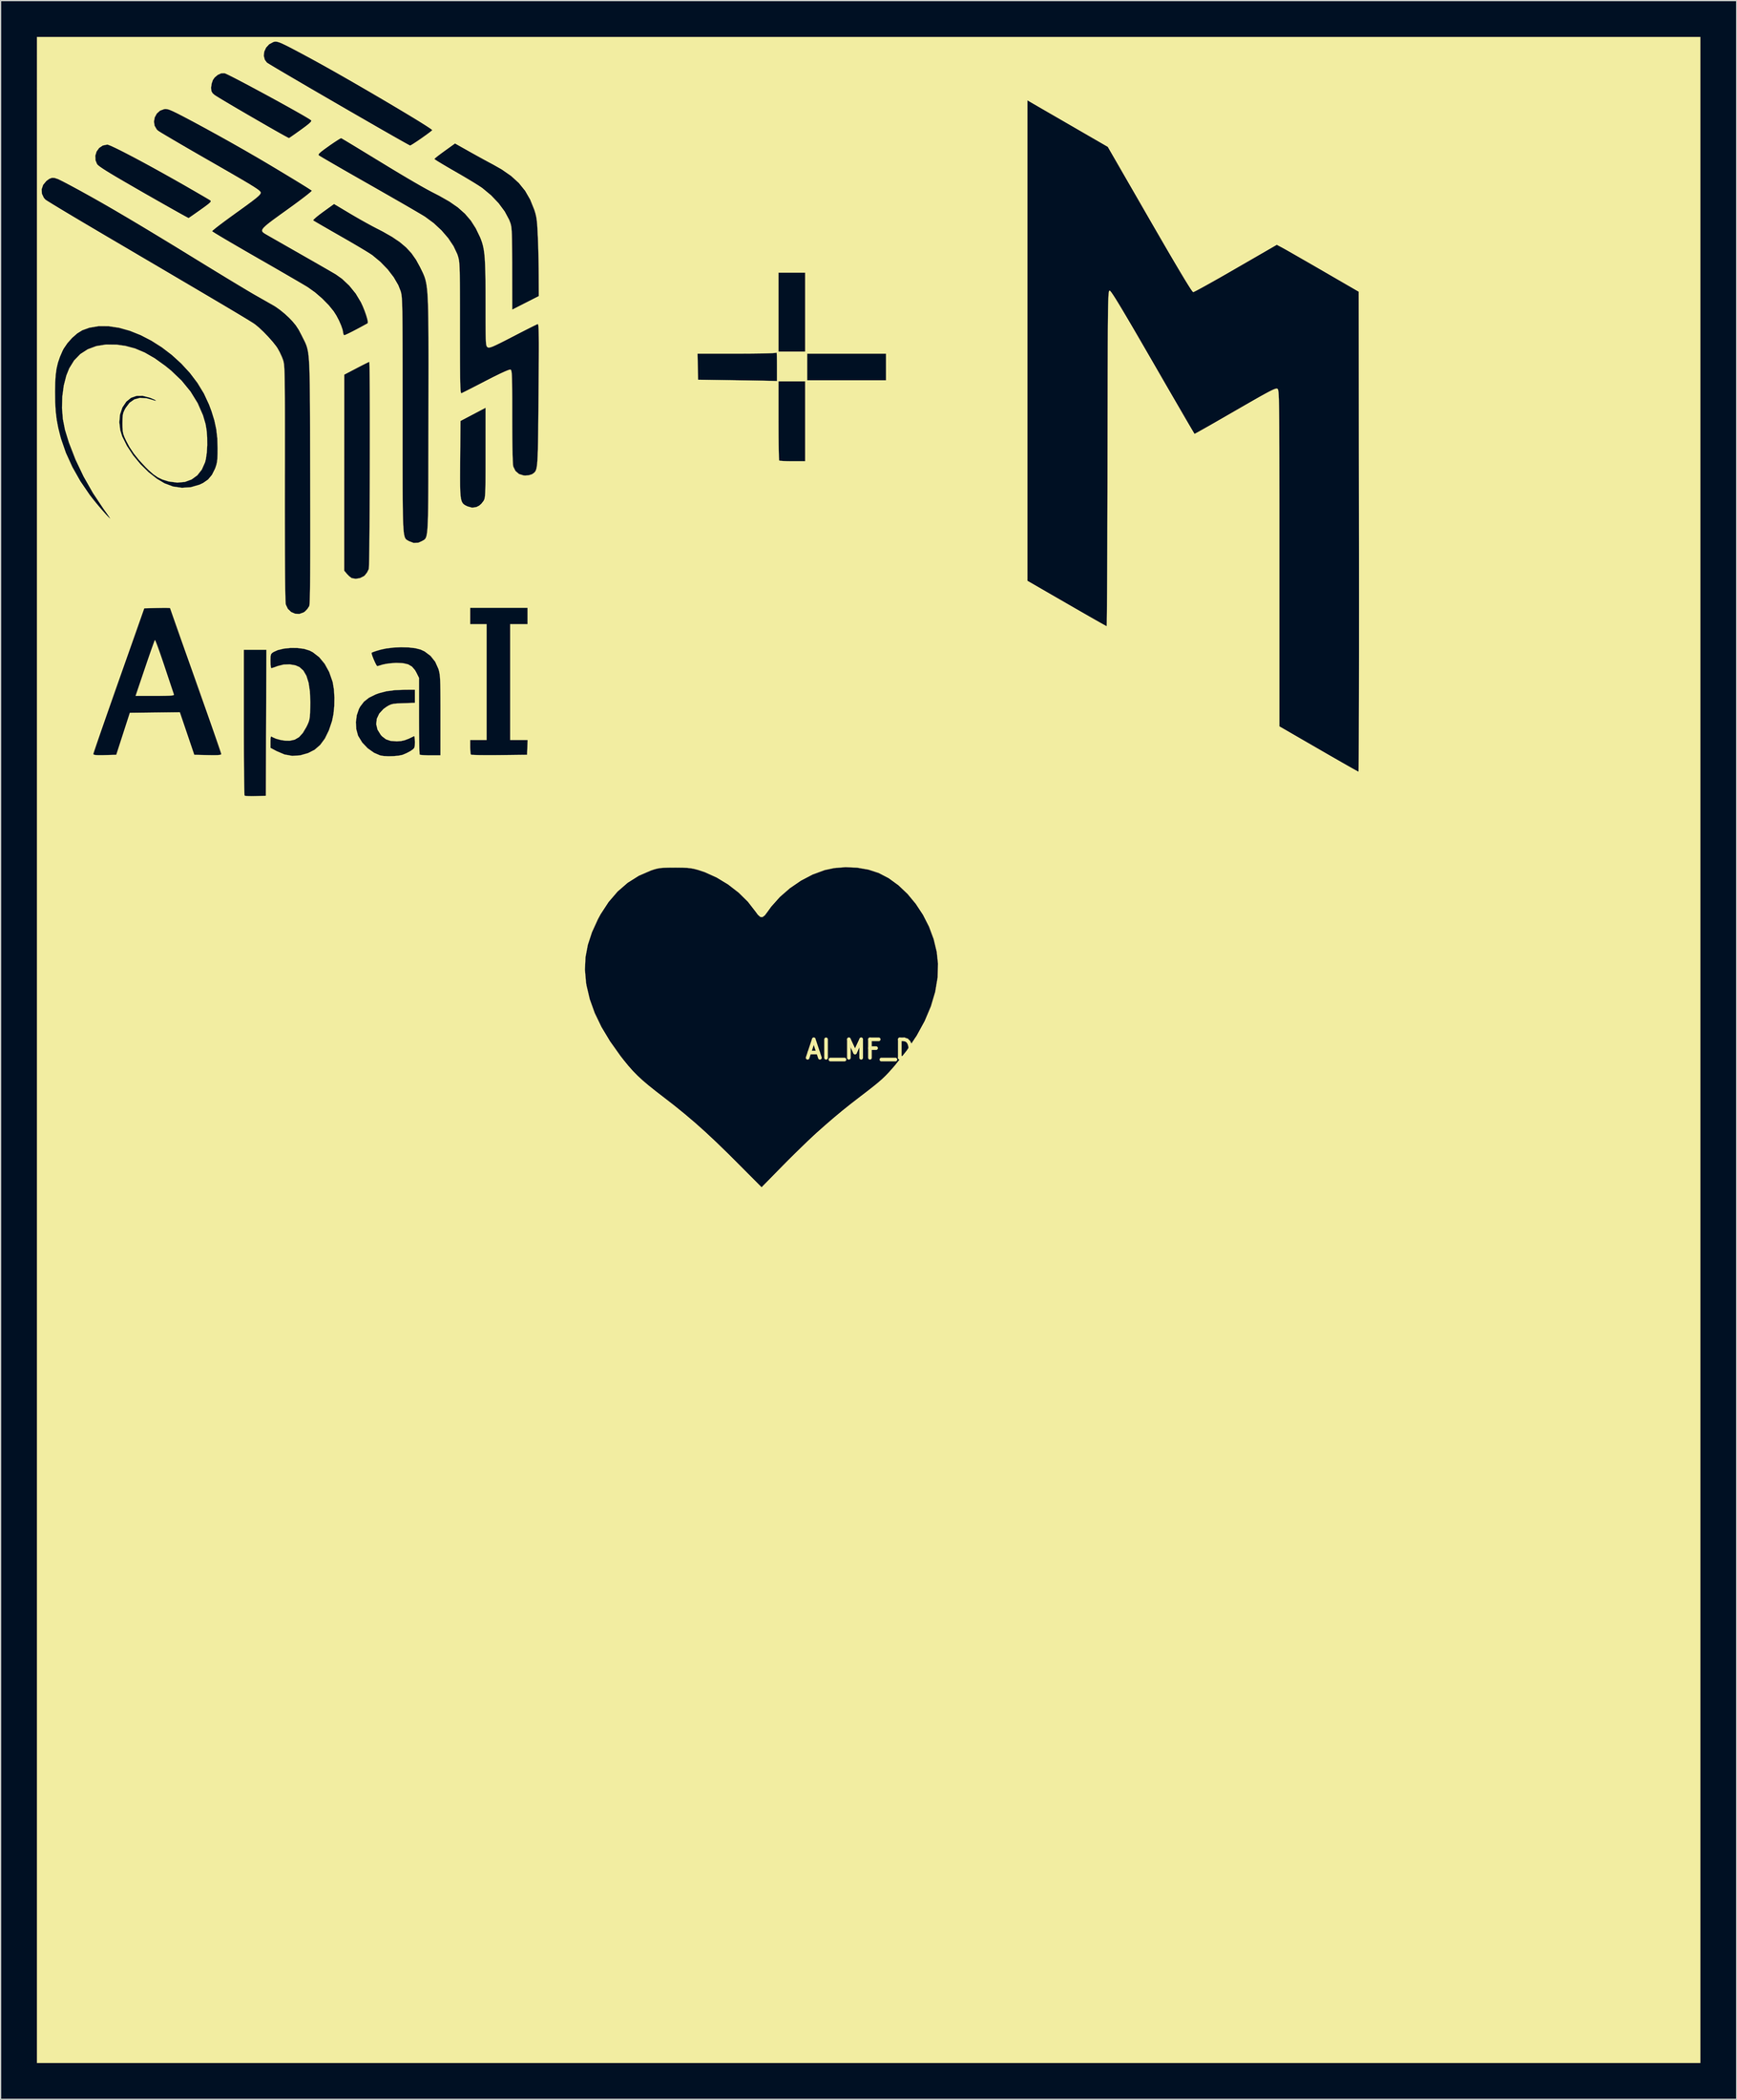
<source format=kicad_pcb>
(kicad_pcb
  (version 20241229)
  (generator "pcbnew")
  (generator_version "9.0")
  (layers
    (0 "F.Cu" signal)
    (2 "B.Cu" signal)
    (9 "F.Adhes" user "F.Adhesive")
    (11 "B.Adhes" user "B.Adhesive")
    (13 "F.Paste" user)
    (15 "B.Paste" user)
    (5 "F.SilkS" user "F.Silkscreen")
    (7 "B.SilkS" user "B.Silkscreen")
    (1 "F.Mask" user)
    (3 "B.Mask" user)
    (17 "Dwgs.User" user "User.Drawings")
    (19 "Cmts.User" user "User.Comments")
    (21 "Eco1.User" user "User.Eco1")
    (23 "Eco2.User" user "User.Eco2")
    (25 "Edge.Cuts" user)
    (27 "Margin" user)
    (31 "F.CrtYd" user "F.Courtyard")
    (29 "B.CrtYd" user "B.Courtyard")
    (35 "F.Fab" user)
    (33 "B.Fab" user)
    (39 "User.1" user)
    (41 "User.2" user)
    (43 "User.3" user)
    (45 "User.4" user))
  (footprint "AI_MF_D3"
    (layer "F.Cu")
    (at 68.754 83.656)
    (property "Reference" "AI_MF_D3" (at 0 0 0) (layer "F.SilkS") (effects (font (size 1.524 1.524) (thickness 0.3))))
    (attr through_hole)
    (fp_poly (pts (xy -58.959 -33.761) (xy -58.875 -33.557) (xy -58.753 -33.232) (xy -58.599 -32.805) (xy -58.423 -32.296) (xy -58.23 -31.726) (xy -58.205 -31.649) (xy -58.01 -31.063) (xy -57.831 -30.527) (xy -57.676 -30.063) (xy -57.552 -29.692) (xy -57.466 -29.437) (xy -57.426 -29.319) (xy -57.425 -29.316) (xy -57.447 -29.277) (xy -57.558 -29.249) (xy -57.775 -29.229) (xy -58.115 -29.217) (xy -58.596 -29.211) (xy -58.99 -29.21) (xy -60.595 -29.21) (xy -59.823 -31.49) (xy -59.623 -32.08) (xy -59.438 -32.617) (xy -59.276 -33.08) (xy -59.144 -33.449) (xy -59.051 -33.702) (xy -59.002 -33.819) (xy -58.999 -33.824) (xy -58.959 -33.761)) (stroke (width 0.01) (type solid)) (fill yes) (layer "F.SilkS"))
    (fp_poly (pts (xy 68.749 83.735) (xy -68.749 83.735) (xy -68.749 -6.589) (xy -23.454 -6.589) (xy -23.361 -5.525) (xy -23.322 -5.282) (xy -23.055 -4.151) (xy -22.646 -3.013) (xy -22.09 -1.86) (xy -21.383 -0.68) (xy -20.52 0.534) (xy -20.239 0.894) (xy -19.858 1.361) (xy -19.486 1.78) (xy -19.097 2.176) (xy -18.666 2.574) (xy -18.166 2.997) (xy -17.571 3.471) (xy -17.04 3.88) (xy -16.09 4.616) (xy -15.2 5.337) (xy -14.338 6.069) (xy -13.477 6.839) (xy -12.586 7.672) (xy -11.636 8.595) (xy -11.007 9.222) (xy -8.848 11.388) (xy -7.112 9.621) (xy -6.6 9.104) (xy -6.06 8.57) (xy -5.524 8.046) (xy -5.021 7.562) (xy -4.58 7.147) (xy -4.276 6.868) (xy -3.516 6.195) (xy -2.827 5.602) (xy -2.164 5.052) (xy -1.479 4.504) (xy -0.725 3.921) (xy -0.635 3.852) (xy -0.057 3.409) (xy 0.41 3.043) (xy 0.791 2.732) (xy 1.111 2.452) (xy 1.394 2.181) (xy 1.667 1.896) (xy 1.955 1.575) (xy 2.183 1.312) (xy 3.152 0.092) (xy 3.971 -1.131) (xy 4.637 -2.35) (xy 5.149 -3.56) (xy 5.505 -4.754) (xy 5.701 -5.927) (xy 5.737 -7.074) (xy 5.631 -8.067) (xy 5.377 -9.119) (xy 4.994 -10.144) (xy 4.496 -11.121) (xy 3.898 -12.031) (xy 3.216 -12.852) (xy 2.464 -13.566) (xy 1.656 -14.152) (xy 0.833 -14.58) (xy -0.017 -14.857) (xy -0.946 -15.019) (xy -1.908 -15.063) (xy -2.856 -14.986) (xy -3.633 -14.82) (xy -4.626 -14.455) (xy -5.596 -13.948) (xy -6.512 -13.321) (xy -7.341 -12.598) (xy -8.052 -11.801) (xy -8.356 -11.38) (xy -8.583 -11.079) (xy -8.775 -10.936) (xy -8.957 -10.952) (xy -9.154 -11.126) (xy -9.34 -11.38) (xy -9.975 -12.199) (xy -10.746 -12.958) (xy -11.619 -13.634) (xy -12.566 -14.206) (xy -13.554 -14.652) (xy -14.101 -14.833) (xy -14.402 -14.913) (xy -14.687 -14.968) (xy -14.998 -15.002) (xy -15.379 -15.02) (xy -15.872 -15.025) (xy -16.044 -15.025) (xy -16.552 -15.022) (xy -16.932 -15.01) (xy -17.226 -14.986) (xy -17.474 -14.943) (xy -17.719 -14.878) (xy -17.992 -14.787) (xy -19 -14.35) (xy -19.919 -13.772) (xy -20.751 -13.05) (xy -21.496 -12.184) (xy -22.157 -11.172) (xy -22.377 -10.766) (xy -22.871 -9.686) (xy -23.213 -8.645) (xy -23.406 -7.621) (xy -23.454 -6.589) (xy -68.749 -6.589) (xy -68.749 -24.404) (xy -64.093 -24.404) (xy -64.054 -24.355) (xy -63.921 -24.325) (xy -63.673 -24.312) (xy -63.285 -24.314) (xy -63.143 -24.318) (xy -62.192 -24.342) (xy -61.631 -26.077) (xy -61.07 -27.813) (xy -59.004 -27.835) (xy -56.938 -27.856) (xy -56.342 -26.099) (xy -55.746 -24.342) (xy -54.627 -24.318) (xy -54.151 -24.312) (xy -53.823 -24.317) (xy -53.622 -24.337) (xy -53.526 -24.371) (xy -53.51 -24.403) (xy -53.537 -24.498) (xy -53.618 -24.74) (xy -53.746 -25.117) (xy -53.918 -25.615) (xy -54.129 -26.222) (xy -54.375 -26.925) (xy -54.651 -27.712) (xy -54.954 -28.569) (xy -55.278 -29.485) (xy -55.619 -30.447) (xy -55.626 -30.468) (xy -55.967 -31.429) (xy -56.291 -32.342) (xy -56.532 -33.02) (xy -51.647 -33.02) (xy -51.647 -27.023) (xy -51.646 -26.03) (xy -51.643 -25.087) (xy -51.64 -24.207) (xy -51.635 -23.404) (xy -51.629 -22.692) (xy -51.621 -22.084) (xy -51.613 -21.595) (xy -51.604 -21.236) (xy -51.595 -21.023) (xy -51.587 -20.966) (xy -51.483 -20.944) (xy -51.248 -20.93) (xy -50.922 -20.927) (xy -50.677 -20.931) (xy -49.826 -20.955) (xy -49.805 -26.988) (xy -49.786 -32.09) (xy -49.445 -32.09) (xy -49.437 -31.797) (xy -49.415 -31.585) (xy -49.384 -31.497) (xy -49.382 -31.496) (xy -49.274 -31.524) (xy -49.06 -31.597) (xy -48.853 -31.674) (xy -48.369 -31.796) (xy -47.862 -31.816) (xy -47.388 -31.737) (xy -47.052 -31.593) (xy -46.727 -31.3) (xy -46.475 -30.869) (xy -46.295 -30.295) (xy -46.188 -29.576) (xy -46.151 -28.707) (xy -46.157 -28.289) (xy -46.172 -27.838) (xy -46.192 -27.513) (xy -46.228 -27.269) (xy -46.286 -27.062) (xy -46.377 -26.848) (xy -46.482 -26.635) (xy -46.776 -26.142) (xy -47.089 -25.801) (xy -47.446 -25.594) (xy -47.866 -25.503) (xy -47.869 -25.503) (xy -48.221 -25.51) (xy -48.616 -25.572) (xy -48.989 -25.674) (xy -49.277 -25.802) (xy -49.34 -25.845) (xy -49.4 -25.856) (xy -49.433 -25.753) (xy -49.445 -25.511) (xy -49.445 -25.422) (xy -49.445 -24.916) (xy -48.939 -24.646) (xy -48.285 -24.369) (xy -47.645 -24.254) (xy -46.991 -24.297) (xy -46.34 -24.482) (xy -45.801 -24.756) (xy -45.34 -25.153) (xy -44.948 -25.683) (xy -44.618 -26.355) (xy -44.388 -27.036) (xy -42.387 -27.036) (xy -42.354 -26.459) (xy -42.214 -25.944) (xy -42.191 -25.893) (xy -41.862 -25.355) (xy -41.412 -24.882) (xy -40.885 -24.509) (xy -40.386 -24.294) (xy -40.092 -24.243) (xy -39.697 -24.223) (xy -39.264 -24.233) (xy -38.859 -24.271) (xy -38.544 -24.335) (xy -38.513 -24.345) (xy -38.196 -24.48) (xy -37.882 -24.648) (xy -37.825 -24.685) (xy -37.649 -24.81) (xy -37.554 -24.927) (xy -37.515 -25.093) (xy -37.507 -25.363) (xy -37.507 -25.408) (xy -37.517 -25.671) (xy -37.541 -25.845) (xy -37.571 -25.89) (xy -38 -25.682) (xy -38.342 -25.551) (xy -38.648 -25.481) (xy -38.974 -25.457) (xy -39.029 -25.457) (xy -39.517 -25.494) (xy -39.898 -25.625) (xy -40.217 -25.868) (xy -40.331 -25.993) (xy -40.598 -26.424) (xy -40.705 -26.873) (xy -40.656 -27.321) (xy -40.456 -27.745) (xy -40.109 -28.125) (xy -39.841 -28.318) (xy -39.647 -28.431) (xy -39.471 -28.507) (xy -39.271 -28.554) (xy -39.002 -28.582) (xy -38.621 -28.6) (xy -38.467 -28.605) (xy -37.507 -28.636) (xy -37.507 -29.718) (xy -38.333 -29.717) (xy -39.155 -29.687) (xy -39.858 -29.594) (xy -40.484 -29.432) (xy -40.757 -29.332) (xy -41.304 -29.062) (xy -41.718 -28.736) (xy -42.033 -28.323) (xy -42.137 -28.129) (xy -42.314 -27.613) (xy -42.387 -27.036) (xy -44.388 -27.036) (xy -44.354 -27.137) (xy -44.237 -27.709) (xy -44.172 -28.373) (xy -44.159 -29.069) (xy -44.199 -29.735) (xy -44.294 -30.312) (xy -44.315 -30.395) (xy -44.591 -31.184) (xy -44.961 -31.858) (xy -45.414 -32.407) (xy -45.888 -32.775) (xy -41.088 -32.775) (xy -41.081 -32.681) (xy -41.018 -32.485) (xy -40.921 -32.237) (xy -40.81 -31.986) (xy -40.707 -31.781) (xy -40.632 -31.673) (xy -40.618 -31.666) (xy -40.533 -31.689) (xy -40.336 -31.747) (xy -40.174 -31.796) (xy -39.882 -31.858) (xy -39.496 -31.908) (xy -39.092 -31.934) (xy -39.025 -31.935) (xy -38.481 -31.912) (xy -38.065 -31.815) (xy -37.747 -31.627) (xy -37.499 -31.336) (xy -37.38 -31.125) (xy -37.169 -30.701) (xy -37.169 -27.556) (xy -37.167 -26.843) (xy -37.163 -26.183) (xy -37.156 -25.596) (xy -37.148 -25.101) (xy -37.138 -24.717) (xy -37.126 -24.462) (xy -37.113 -24.357) (xy -37.112 -24.356) (xy -37.008 -24.332) (xy -36.775 -24.313) (xy -36.451 -24.301) (xy -36.223 -24.299) (xy -35.391 -24.299) (xy -35.391 -27.592) (xy -35.391 -28.434) (xy -35.393 -29.125) (xy -35.398 -29.683) (xy -35.405 -30.128) (xy -35.417 -30.478) (xy -35.433 -30.75) (xy -35.455 -30.965) (xy -35.484 -31.14) (xy -35.52 -31.294) (xy -35.562 -31.441) (xy -35.826 -32.03) (xy -36.213 -32.518) (xy -36.706 -32.887) (xy -37.042 -33.042) (xy -37.483 -33.153) (xy -38.039 -33.216) (xy -38.662 -33.232) (xy -39.305 -33.201) (xy -39.92 -33.122) (xy -40.341 -33.03) (xy -40.662 -32.937) (xy -40.92 -32.851) (xy -41.071 -32.788) (xy -41.088 -32.775) (xy -45.888 -32.775) (xy -45.941 -32.816) (xy -46.21 -32.956) (xy -46.663 -33.096) (xy -47.204 -33.167) (xy -47.782 -33.173) (xy -48.346 -33.115) (xy -48.846 -32.994) (xy -49.186 -32.841) (xy -49.322 -32.749) (xy -49.4 -32.648) (xy -49.435 -32.491) (xy -49.445 -32.23) (xy -49.445 -32.09) (xy -49.786 -32.09) (xy -49.783 -33.02) (xy -51.647 -33.02) (xy -56.532 -33.02) (xy -56.594 -33.196) (xy -56.871 -33.977) (xy -57.117 -34.675) (xy -57.329 -35.276) (xy -57.502 -35.767) (xy -57.631 -36.137) (xy -57.713 -36.372) (xy -57.743 -36.461) (xy -57.743 -36.461) (xy -57.822 -36.473) (xy -58.039 -36.479) (xy -58.361 -36.479) (xy -58.757 -36.474) (xy -58.811 -36.473) (xy -59.879 -36.449) (xy -61.986 -30.481) (xy -62.326 -29.518) (xy -62.648 -28.599) (xy -62.95 -27.739) (xy -63.225 -26.949) (xy -63.471 -26.243) (xy -63.682 -25.633) (xy -63.854 -25.131) (xy -63.983 -24.751) (xy -64.064 -24.504) (xy -64.093 -24.404) (xy -64.093 -24.404) (xy -68.749 -24.404) (xy -68.749 -54.314) (xy -67.256 -54.314) (xy -67.245 -53.457) (xy -67.201 -52.715) (xy -67.12 -52.036) (xy -66.994 -51.365) (xy -66.816 -50.652) (xy -66.757 -50.442) (xy -66.359 -49.29) (xy -65.822 -48.114) (xy -65.164 -46.95) (xy -64.403 -45.834) (xy -64.389 -45.815) (xy -64.147 -45.502) (xy -63.871 -45.159) (xy -63.58 -44.812) (xy -63.299 -44.484) (xy -63.047 -44.202) (xy -62.846 -43.989) (xy -62.72 -43.872) (xy -62.691 -43.857) (xy -62.725 -43.921) (xy -62.841 -44.095) (xy -63.021 -44.353) (xy -63.246 -44.668) (xy -63.251 -44.674) (xy -64.116 -45.97) (xy -64.893 -47.338) (xy -65.562 -48.742) (xy -66.107 -50.144) (xy -66.43 -51.196) (xy -66.604 -52.075) (xy -66.678 -53.003) (xy -66.652 -53.941) (xy -66.532 -54.846) (xy -66.318 -55.68) (xy -66.08 -56.272) (xy -65.676 -56.926) (xy -65.164 -57.452) (xy -64.55 -57.848) (xy -63.841 -58.112) (xy -63.043 -58.24) (xy -62.162 -58.23) (xy -61.437 -58.128) (xy -60.641 -57.915) (xy -59.837 -57.575) (xy -59.01 -57.099) (xy -58.145 -56.479) (xy -57.658 -56.083) (xy -56.791 -55.256) (xy -56.057 -54.356) (xy -55.465 -53.397) (xy -55.025 -52.395) (xy -54.813 -51.675) (xy -54.725 -51.157) (xy -54.679 -50.556) (xy -54.674 -49.925) (xy -54.709 -49.319) (xy -54.784 -48.789) (xy -54.854 -48.51) (xy -55.121 -47.909) (xy -55.495 -47.434) (xy -55.965 -47.093) (xy -56.519 -46.889) (xy -57.147 -46.831) (xy -57.836 -46.922) (xy -57.91 -46.941) (xy -58.363 -47.081) (xy -58.756 -47.267) (xy -59.133 -47.527) (xy -59.538 -47.886) (xy -59.762 -48.109) (xy -60.312 -48.702) (xy -60.748 -49.245) (xy -61.1 -49.777) (xy -61.374 -50.292) (xy -61.52 -50.607) (xy -61.61 -50.856) (xy -61.658 -51.101) (xy -61.677 -51.403) (xy -61.68 -51.731) (xy -61.675 -52.121) (xy -61.655 -52.395) (xy -61.607 -52.606) (xy -61.52 -52.809) (xy -61.417 -52.999) (xy -61.093 -53.43) (xy -60.698 -53.707) (xy -60.233 -53.831) (xy -59.698 -53.8) (xy -59.292 -53.69) (xy -59.027 -53.608) (xy -58.908 -53.591) (xy -58.924 -53.626) (xy -59.07 -53.706) (xy -59.336 -53.819) (xy -59.416 -53.85) (xy -59.999 -54.002) (xy -60.521 -53.998) (xy -60.976 -53.838) (xy -61.362 -53.525) (xy -61.676 -53.06) (xy -61.694 -53.023) (xy -61.886 -52.451) (xy -61.944 -51.818) (xy -61.867 -51.166) (xy -61.705 -50.649) (xy -61.312 -49.861) (xy -60.799 -49.084) (xy -60.194 -48.351) (xy -59.526 -47.692) (xy -58.824 -47.141) (xy -58.202 -46.771) (xy -57.499 -46.509) (xy -56.764 -46.404) (xy -56.026 -46.454) (xy -55.315 -46.659) (xy -55.012 -46.802) (xy -54.603 -47.087) (xy -54.283 -47.47) (xy -54.027 -47.983) (xy -53.992 -48.075) (xy -53.915 -48.309) (xy -53.863 -48.549) (xy -53.833 -48.838) (xy -53.818 -49.216) (xy -53.815 -49.699) (xy -53.841 -50.508) (xy -53.926 -51.243) (xy -54.08 -51.961) (xy -54.314 -52.72) (xy -54.521 -53.278) (xy -54.947 -54.196) (xy -55.482 -55.073) (xy -56.112 -55.903) (xy -56.823 -56.675) (xy -57.6 -57.381) (xy -58.428 -58.013) (xy -59.292 -58.562) (xy -60.178 -59.019) (xy -61.071 -59.376) (xy -61.956 -59.624) (xy -62.819 -59.755) (xy -63.646 -59.76) (xy -64.42 -59.63) (xy -65.001 -59.42) (xy -65.416 -59.164) (xy -65.841 -58.794) (xy -66.231 -58.357) (xy -66.543 -57.9) (xy -66.633 -57.726) (xy -66.851 -57.223) (xy -67.014 -56.748) (xy -67.129 -56.262) (xy -67.203 -55.727) (xy -67.243 -55.103) (xy -67.256 -54.351) (xy -67.256 -54.314) (xy -68.749 -54.314) (xy -68.749 -71.074) (xy -68.36 -71.074) (xy -68.342 -70.702) (xy -68.181 -70.359) (xy -68.048 -70.211) (xy -67.944 -70.14) (xy -67.707 -69.991) (xy -67.349 -69.771) (xy -66.882 -69.488) (xy -66.32 -69.151) (xy -65.675 -68.766) (xy -64.961 -68.341) (xy -64.188 -67.884) (xy -63.371 -67.403) (xy -63.034 -67.204) (xy -61.453 -66.275) (xy -60.011 -65.427) (xy -58.702 -64.658) (xy -57.52 -63.962) (xy -56.459 -63.337) (xy -55.512 -62.779) (xy -54.672 -62.284) (xy -53.934 -61.848) (xy -53.29 -61.467) (xy -52.735 -61.137) (xy -52.262 -60.855) (xy -51.865 -60.617) (xy -51.537 -60.42) (xy -51.272 -60.258) (xy -51.064 -60.129) (xy -50.905 -60.029) (xy -50.791 -59.953) (xy -50.715 -59.901) (xy -50.388 -59.63) (xy -50.009 -59.272) (xy -49.62 -58.868) (xy -49.261 -58.462) (xy -48.974 -58.098) (xy -48.871 -57.947) (xy -48.684 -57.611) (xy -48.505 -57.224) (xy -48.424 -57.016) (xy -48.398 -56.937) (xy -48.374 -56.855) (xy -48.352 -56.761) (xy -48.334 -56.645) (xy -48.318 -56.498) (xy -48.304 -56.309) (xy -48.292 -56.07) (xy -48.282 -55.771) (xy -48.274 -55.401) (xy -48.268 -54.952) (xy -48.263 -54.415) (xy -48.259 -53.778) (xy -48.257 -53.033) (xy -48.256 -52.17) (xy -48.255 -51.18) (xy -48.256 -50.053) (xy -48.256 -48.779) (xy -48.258 -47.348) (xy -48.258 -46.8) (xy -48.259 -45.076) (xy -48.258 -43.519) (xy -48.256 -42.128) (xy -48.252 -40.901) (xy -48.246 -39.836) (xy -48.239 -38.931) (xy -48.23 -38.185) (xy -48.219 -37.595) (xy -48.207 -37.161) (xy -48.192 -36.88) (xy -48.177 -36.752) (xy -48.007 -36.397) (xy -47.738 -36.141) (xy -47.407 -35.999) (xy -47.05 -35.983) (xy -46.706 -36.106) (xy -46.584 -36.193) (xy -46.388 -36.399) (xy -46.329 -36.491) (xy -32.935 -36.491) (xy -32.935 -35.137) (xy -31.581 -35.137) (xy -31.581 -25.569) (xy -32.935 -25.569) (xy -32.935 -24.991) (xy -32.927 -24.692) (xy -32.907 -24.463) (xy -32.878 -24.355) (xy -32.878 -24.354) (xy -32.781 -24.34) (xy -32.537 -24.329) (xy -32.17 -24.32) (xy -31.7 -24.316) (xy -31.151 -24.315) (xy -30.546 -24.319) (xy -30.528 -24.319) (xy -28.236 -24.342) (xy -28.211 -24.956) (xy -28.187 -25.569) (xy -29.633 -25.569) (xy -29.633 -35.137) (xy -28.194 -35.137) (xy -28.194 -36.491) (xy -32.935 -36.491) (xy -46.329 -36.491) (xy -46.245 -36.621) (xy -46.237 -36.64) (xy -46.221 -36.724) (xy -46.207 -36.902) (xy -46.195 -37.178) (xy -46.185 -37.56) (xy -46.176 -38.054) (xy -46.169 -38.666) (xy -46.169 -38.721) (xy 13.123 -38.721) (xy 16.376 -36.844) (xy 17.052 -36.454) (xy 17.684 -36.092) (xy 18.254 -35.765) (xy 18.749 -35.483) (xy 19.154 -35.254) (xy 19.453 -35.087) (xy 19.632 -34.989) (xy 19.677 -34.967) (xy 19.683 -35.051) (xy 19.689 -35.294) (xy 19.694 -35.689) (xy 19.7 -36.228) (xy 19.705 -36.899) (xy 19.711 -37.696) (xy 19.716 -38.61) (xy 19.721 -39.63) (xy 19.726 -40.749) (xy 19.731 -41.958) (xy 19.735 -43.247) (xy 19.739 -44.608) (xy 19.743 -46.032) (xy 19.746 -47.511) (xy 19.748 -48.831) (xy 19.751 -50.626) (xy 19.754 -52.259) (xy 19.757 -53.737) (xy 19.759 -55.069) (xy 19.762 -56.263) (xy 19.766 -57.325) (xy 19.769 -58.263) (xy 19.774 -59.086) (xy 19.778 -59.8) (xy 19.784 -60.413) (xy 19.79 -60.934) (xy 19.797 -61.369) (xy 19.805 -61.726) (xy 19.815 -62.013) (xy 19.825 -62.237) (xy 19.837 -62.406) (xy 19.85 -62.528) (xy 19.864 -62.61) (xy 19.88 -62.661) (xy 19.898 -62.686) (xy 19.917 -62.695) (xy 19.925 -62.696) (xy 19.977 -62.658) (xy 20.071 -62.54) (xy 20.212 -62.335) (xy 20.404 -62.037) (xy 20.65 -61.638) (xy 20.956 -61.132) (xy 21.324 -60.512) (xy 21.759 -59.772) (xy 22.265 -58.904) (xy 22.847 -57.902) (xy 23.493 -56.785) (xy 24.023 -55.867) (xy 24.528 -54.993) (xy 25.003 -54.173) (xy 25.441 -53.418) (xy 25.835 -52.74) (xy 26.179 -52.148) (xy 26.467 -51.654) (xy 26.693 -51.27) (xy 26.849 -51.006) (xy 26.93 -50.872) (xy 26.94 -50.858) (xy 27.018 -50.896) (xy 27.228 -51.01) (xy 27.554 -51.193) (xy 27.983 -51.435) (xy 28.5 -51.729) (xy 29.089 -52.067) (xy 29.736 -52.439) (xy 30.301 -52.765) (xy 31.097 -53.224) (xy 31.759 -53.603) (xy 32.301 -53.911) (xy 32.736 -54.152) (xy 33.075 -54.334) (xy 33.331 -54.463) (xy 33.518 -54.546) (xy 33.648 -54.59) (xy 33.734 -54.601) (xy 33.788 -54.586) (xy 33.789 -54.586) (xy 33.81 -54.569) (xy 33.829 -54.543) (xy 33.847 -54.498) (xy 33.862 -54.428) (xy 33.876 -54.324) (xy 33.888 -54.18) (xy 33.899 -53.986) (xy 33.909 -53.736) (xy 33.917 -53.423) (xy 33.925 -53.037) (xy 33.931 -52.572) (xy 33.936 -52.019) (xy 33.94 -51.372) (xy 33.943 -50.623) (xy 33.946 -49.763) (xy 33.948 -48.785) (xy 33.949 -47.682) (xy 33.95 -46.445) (xy 33.951 -45.068) (xy 33.951 -43.542) (xy 33.951 -41.859) (xy 33.951 -40.59) (xy 33.951 -26.695) (xy 37.19 -24.823) (xy 37.865 -24.433) (xy 38.496 -24.071) (xy 39.067 -23.744) (xy 39.562 -23.462) (xy 39.967 -23.233) (xy 40.267 -23.066) (xy 40.446 -22.969) (xy 40.492 -22.948) (xy 40.498 -23.031) (xy 40.503 -23.276) (xy 40.508 -23.676) (xy 40.513 -24.222) (xy 40.517 -24.909) (xy 40.521 -25.727) (xy 40.525 -26.671) (xy 40.528 -27.732) (xy 40.531 -28.903) (xy 40.533 -30.177) (xy 40.535 -31.547) (xy 40.537 -33.004) (xy 40.537 -34.541) (xy 40.538 -36.152) (xy 40.538 -37.828) (xy 40.537 -39.563) (xy 40.536 -41.348) (xy 40.534 -42.775) (xy 40.513 -62.605) (xy 37.55 -64.321) (xy 36.887 -64.704) (xy 36.254 -65.069) (xy 35.67 -65.404) (xy 35.154 -65.7) (xy 34.724 -65.945) (xy 34.398 -66.13) (xy 34.195 -66.242) (xy 34.163 -66.259) (xy 33.74 -66.482) (xy 30.353 -64.526) (xy 29.659 -64.126) (xy 29.007 -63.754) (xy 28.412 -63.418) (xy 27.889 -63.126) (xy 27.454 -62.887) (xy 27.122 -62.709) (xy 26.908 -62.6) (xy 26.829 -62.569) (xy 26.762 -62.636) (xy 26.619 -62.839) (xy 26.402 -63.18) (xy 26.107 -63.659) (xy 25.735 -64.278) (xy 25.284 -65.039) (xy 24.754 -65.943) (xy 24.144 -66.992) (xy 23.452 -68.187) (xy 23.231 -68.571) (xy 19.77 -74.574) (xy 16.722 -76.336) (xy 16.056 -76.721) (xy 15.428 -77.084) (xy 14.853 -77.416) (xy 14.35 -77.707) (xy 13.934 -77.948) (xy 13.624 -78.127) (xy 13.437 -78.236) (xy 13.399 -78.258) (xy 13.123 -78.418) (xy 13.123 -38.721) (xy -46.169 -38.721) (xy -46.164 -39.402) (xy -46.163 -39.552) (xy -43.349 -39.552) (xy -43.123 -39.284) (xy -42.935 -39.092) (xy -42.755 -38.956) (xy -42.721 -38.94) (xy -42.401 -38.883) (xy -42.045 -38.942) (xy -41.726 -39.101) (xy -41.646 -39.168) (xy -41.459 -39.406) (xy -41.326 -39.675) (xy -41.317 -39.704) (xy -41.307 -39.823) (xy -41.297 -40.095) (xy -41.287 -40.506) (xy -41.279 -41.041) (xy -41.27 -41.688) (xy -41.263 -42.431) (xy -41.256 -43.259) (xy -41.25 -44.157) (xy -41.245 -45.11) (xy -41.24 -46.106) (xy -41.236 -47.131) (xy -41.233 -48.17) (xy -41.231 -49.211) (xy -41.23 -50.239) (xy -41.23 -51.24) (xy -41.23 -52.202) (xy -41.232 -53.109) (xy -41.235 -53.949) (xy -41.239 -54.708) (xy -41.244 -55.371) (xy -41.25 -55.926) (xy -41.257 -56.358) (xy -41.265 -56.653) (xy -41.275 -56.798) (xy -41.279 -56.811) (xy -41.367 -56.774) (xy -41.575 -56.672) (xy -41.876 -56.52) (xy -42.239 -56.333) (xy -42.335 -56.282) (xy -43.346 -55.753) (xy -43.348 -47.653) (xy -43.349 -39.552) (xy -46.163 -39.552) (xy -46.16 -40.269) (xy -46.158 -41.273) (xy -46.157 -42.42) (xy -46.158 -43.717) (xy -46.16 -45.169) (xy -46.163 -46.784) (xy -46.163 -47.034) (xy -46.167 -48.587) (xy -46.17 -49.98) (xy -46.173 -51.224) (xy -46.176 -52.327) (xy -46.181 -53.299) (xy -46.187 -54.151) (xy -46.195 -54.891) (xy -46.207 -55.53) (xy -46.222 -56.077) (xy -46.24 -56.542) (xy -46.264 -56.935) (xy -46.292 -57.265) (xy -46.326 -57.542) (xy -46.367 -57.776) (xy -46.415 -57.976) (xy -46.47 -58.152) (xy -46.533 -58.314) (xy -46.604 -58.471) (xy -46.685 -58.634) (xy -46.776 -58.811) (xy -46.876 -59.013) (xy -47.115 -59.467) (xy -47.355 -59.833) (xy -47.645 -60.181) (xy -47.913 -60.459) (xy -48.273 -60.791) (xy -48.667 -61.111) (xy -49.035 -61.371) (xy -49.149 -61.441) (xy -49.457 -61.617) (xy -49.861 -61.847) (xy -50.308 -62.101) (xy -50.747 -62.35) (xy -50.758 -62.356) (xy -51.026 -62.512) (xy -51.42 -62.745) (xy -51.923 -63.047) (xy -52.517 -63.405) (xy -53.185 -63.81) (xy -53.909 -64.25) (xy -54.671 -64.715) (xy -55.453 -65.195) (xy -55.795 -65.405) (xy -57.33 -66.346) (xy -58.735 -67.2) (xy -60.023 -67.976) (xy -61.205 -68.681) (xy -62.294 -69.321) (xy -63.302 -69.903) (xy -64.241 -70.435) (xy -65.122 -70.923) (xy -65.959 -71.375) (xy -66.603 -71.714) (xy -66.996 -71.906) (xy -67.289 -72.005) (xy -67.522 -72.012) (xy -67.736 -71.929) (xy -67.97 -71.756) (xy -67.975 -71.752) (xy -68.237 -71.437) (xy -68.36 -71.074) (xy -68.749 -71.074) (xy -68.749 -73.838) (xy -63.928 -73.838) (xy -63.911 -73.463) (xy -63.784 -73.15) (xy -63.712 -73.068) (xy -63.573 -72.955) (xy -63.356 -72.803) (xy -63.051 -72.605) (xy -62.647 -72.357) (xy -62.135 -72.051) (xy -61.504 -71.682) (xy -60.744 -71.243) (xy -59.944 -70.783) (xy -59.222 -70.371) (xy -58.546 -69.986) (xy -57.928 -69.636) (xy -57.384 -69.33) (xy -56.926 -69.074) (xy -56.571 -68.878) (xy -56.33 -68.748) (xy -56.22 -68.693) (xy -56.214 -68.691) (xy -56.132 -68.743) (xy -55.938 -68.876) (xy -55.66 -69.07) (xy -55.323 -69.307) (xy -55.222 -69.378) (xy -54.846 -69.648) (xy -54.592 -69.84) (xy -54.442 -69.971) (xy -54.38 -70.058) (xy -54.388 -70.118) (xy -54.432 -70.159) (xy -54.545 -70.228) (xy -54.784 -70.37) (xy -55.128 -70.571) (xy -55.557 -70.82) (xy -56.05 -71.103) (xy -56.585 -71.411) (xy -56.592 -71.415) (xy -57.461 -71.908) (xy -58.311 -72.385) (xy -59.131 -72.838) (xy -59.906 -73.26) (xy -60.623 -73.644) (xy -61.269 -73.983) (xy -61.829 -74.27) (xy -62.292 -74.497) (xy -62.643 -74.659) (xy -62.868 -74.746) (xy -62.937 -74.761) (xy -63.307 -74.686) (xy -63.608 -74.484) (xy -63.821 -74.19) (xy -63.928 -73.838) (xy -68.749 -73.838) (xy -68.749 -76.664) (xy -59.078 -76.664) (xy -59.027 -76.318) (xy -58.849 -76.011) (xy -58.734 -75.903) (xy -58.611 -75.822) (xy -58.355 -75.665) (xy -57.98 -75.442) (xy -57.502 -75.159) (xy -56.934 -74.827) (xy -56.291 -74.453) (xy -55.586 -74.046) (xy -54.836 -73.614) (xy -54.356 -73.339) (xy -53.467 -72.829) (xy -52.714 -72.396) (xy -52.087 -72.032) (xy -51.574 -71.731) (xy -51.164 -71.486) (xy -50.846 -71.289) (xy -50.609 -71.135) (xy -50.442 -71.016) (xy -50.334 -70.925) (xy -50.274 -70.855) (xy -50.251 -70.8) (xy -50.25 -70.783) (xy -50.27 -70.708) (xy -50.338 -70.611) (xy -50.47 -70.481) (xy -50.677 -70.306) (xy -50.975 -70.075) (xy -51.376 -69.777) (xy -51.895 -69.401) (xy -52.273 -69.131) (xy -52.784 -68.761) (xy -53.247 -68.421) (xy -53.643 -68.124) (xy -53.956 -67.881) (xy -54.169 -67.706) (xy -54.265 -67.613) (xy -54.269 -67.602) (xy -54.193 -67.546) (xy -53.983 -67.413) (xy -53.654 -67.214) (xy -53.221 -66.956) (xy -52.697 -66.648) (xy -52.096 -66.298) (xy -51.433 -65.914) (xy -50.722 -65.505) (xy -50.595 -65.432) (xy -49.854 -65.007) (xy -49.139 -64.596) (xy -48.468 -64.208) (xy -47.858 -63.855) (xy -47.326 -63.546) (xy -46.89 -63.29) (xy -46.565 -63.098) (xy -46.369 -62.98) (xy -46.365 -62.977) (xy -45.765 -62.55) (xy -45.166 -62.034) (xy -44.623 -61.479) (xy -44.221 -60.982) (xy -43.996 -60.628) (xy -43.785 -60.226) (xy -43.608 -59.821) (xy -43.484 -59.461) (xy -43.434 -59.191) (xy -43.434 -59.178) (xy -43.393 -59.043) (xy -43.337 -59.013) (xy -43.228 -59.051) (xy -43.003 -59.154) (xy -42.696 -59.306) (xy -42.342 -59.491) (xy -41.991 -59.678) (xy -41.699 -59.837) (xy -41.495 -59.949) (xy -41.41 -59.998) (xy -41.41 -59.998) (xy -41.395 -60.11) (xy -41.439 -60.342) (xy -41.531 -60.657) (xy -41.66 -61.023) (xy -41.814 -61.404) (xy -41.97 -61.738) (xy -42.396 -62.448) (xy -42.929 -63.107) (xy -43.53 -63.673) (xy -44.041 -64.035) (xy -44.245 -64.155) (xy -44.574 -64.346) (xy -45.006 -64.595) (xy -45.519 -64.89) (xy -46.091 -65.218) (xy -46.699 -65.565) (xy -47.075 -65.779) (xy -47.679 -66.123) (xy -48.247 -66.447) (xy -48.758 -66.739) (xy -49.194 -66.988) (xy -49.535 -67.183) (xy -49.762 -67.313) (xy -49.841 -67.359) (xy -49.992 -67.453) (xy -50.094 -67.541) (xy -50.14 -67.635) (xy -50.117 -67.747) (xy -50.016 -67.888) (xy -49.826 -68.07) (xy -49.538 -68.305) (xy -49.272 -68.505) (xy -45.92 -68.505) (xy -45.917 -68.498) (xy -45.828 -68.442) (xy -45.611 -68.313) (xy -45.284 -68.123) (xy -44.866 -67.882) (xy -44.376 -67.6) (xy -43.833 -67.29) (xy -43.646 -67.183) (xy -43.067 -66.851) (xy -42.515 -66.53) (xy -42.014 -66.234) (xy -41.587 -65.977) (xy -41.256 -65.772) (xy -41.045 -65.634) (xy -41.019 -65.615) (xy -40.35 -65.059) (xy -39.755 -64.443) (xy -39.259 -63.797) (xy -38.883 -63.149) (xy -38.691 -62.666) (xy -38.665 -62.579) (xy -38.642 -62.487) (xy -38.622 -62.38) (xy -38.604 -62.249) (xy -38.589 -62.083) (xy -38.575 -61.873) (xy -38.564 -61.61) (xy -38.554 -61.284) (xy -38.546 -60.885) (xy -38.54 -60.403) (xy -38.535 -59.83) (xy -38.531 -59.154) (xy -38.528 -58.368) (xy -38.526 -57.46) (xy -38.524 -56.422) (xy -38.524 -55.243) (xy -38.523 -53.915) (xy -38.523 -52.427) (xy -38.523 -52.396) (xy -38.524 -50.877) (xy -38.524 -49.519) (xy -38.524 -48.311) (xy -38.522 -47.246) (xy -38.52 -46.313) (xy -38.516 -45.504) (xy -38.509 -44.808) (xy -38.5 -44.218) (xy -38.487 -43.724) (xy -38.471 -43.317) (xy -38.451 -42.987) (xy -38.426 -42.726) (xy -38.395 -42.524) (xy -38.359 -42.372) (xy -38.318 -42.261) (xy -38.269 -42.182) (xy -38.214 -42.125) (xy -38.151 -42.081) (xy -38.08 -42.042) (xy -38.001 -41.998) (xy -37.99 -41.991) (xy -37.607 -41.845) (xy -37.22 -41.868) (xy -36.94 -41.991) (xy -36.859 -42.037) (xy -36.786 -42.077) (xy -36.722 -42.119) (xy -36.665 -42.174) (xy -36.615 -42.249) (xy -36.571 -42.355) (xy -36.534 -42.5) (xy -36.502 -42.693) (xy -36.476 -42.944) (xy -36.454 -43.262) (xy -36.437 -43.656) (xy -36.423 -44.135) (xy -36.412 -44.708) (xy -36.404 -45.384) (xy -36.399 -46.173) (xy -36.395 -47.083) (xy -36.395 -47.162) (xy -33.774 -47.162) (xy -33.77 -46.577) (xy -33.757 -46.113) (xy -33.732 -45.753) (xy -33.693 -45.482) (xy -33.637 -45.283) (xy -33.562 -45.14) (xy -33.465 -45.037) (xy -33.344 -44.957) (xy -33.195 -44.885) (xy -33.148 -44.864) (xy -32.775 -44.76) (xy -32.427 -44.811) (xy -32.19 -44.93) (xy -32.012 -45.087) (xy -31.842 -45.304) (xy -31.831 -45.322) (xy -31.791 -45.395) (xy -31.759 -45.479) (xy -31.732 -45.593) (xy -31.711 -45.751) (xy -31.695 -45.969) (xy -31.683 -46.263) (xy -31.675 -46.65) (xy -31.67 -47.144) (xy -31.667 -47.762) (xy -31.666 -48.52) (xy -31.666 -49.305) (xy -31.665 -53.016) (xy -33.74 -51.925) (xy -33.765 -48.759) (xy -33.771 -47.884) (xy -33.774 -47.162) (xy -36.395 -47.162) (xy -36.393 -48.125) (xy -36.391 -49.306) (xy -36.39 -50.636) (xy -36.388 -52.124) (xy -36.388 -52.475) (xy -36.386 -54.039) (xy -36.384 -55.444) (xy -36.383 -56.698) (xy -36.384 -57.812) (xy -36.386 -58.796) (xy -36.391 -59.66) (xy -36.399 -60.413) (xy -36.411 -61.064) (xy -36.427 -61.624) (xy -36.448 -62.103) (xy -36.473 -62.51) (xy -36.505 -62.855) (xy -36.543 -63.147) (xy -36.588 -63.397) (xy -36.641 -63.615) (xy -36.701 -63.809) (xy -36.771 -63.989) (xy -36.849 -64.167) (xy -36.937 -64.35) (xy -37.036 -64.55) (xy -37.081 -64.643) (xy -37.412 -65.249) (xy -37.787 -65.782) (xy -38.228 -66.261) (xy -38.757 -66.707) (xy -39.396 -67.14) (xy -40.167 -67.578) (xy -40.633 -67.817) (xy -41.012 -68.014) (xy -41.489 -68.273) (xy -42.015 -68.568) (xy -42.544 -68.873) (xy -42.853 -69.055) (xy -44.191 -69.853) (xy -45.089 -69.206) (xy -45.417 -68.962) (xy -45.68 -68.751) (xy -45.855 -68.592) (xy -45.92 -68.505) (xy -49.272 -68.505) (xy -49.141 -68.603) (xy -48.625 -68.978) (xy -48.068 -69.377) (xy -47.547 -69.753) (xy -47.078 -70.099) (xy -46.676 -70.403) (xy -46.357 -70.652) (xy -46.138 -70.834) (xy -46.035 -70.937) (xy -46.03 -70.954) (xy -46.13 -71.025) (xy -46.357 -71.171) (xy -46.691 -71.38) (xy -47.111 -71.639) (xy -47.599 -71.937) (xy -48.136 -72.262) (xy -48.7 -72.602) (xy -49.274 -72.945) (xy -49.837 -73.28) (xy -50.369 -73.594) (xy -50.53 -73.688) (xy -50.964 -73.939) (xy -45.473 -73.939) (xy -45.458 -73.877) (xy -45.452 -73.871) (xy -45.359 -73.811) (xy -45.132 -73.675) (xy -44.786 -73.472) (xy -44.333 -73.209) (xy -43.788 -72.894) (xy -43.165 -72.536) (xy -42.477 -72.143) (xy -41.738 -71.721) (xy -41.275 -71.458) (xy -40.495 -71.014) (xy -39.744 -70.585) (xy -39.038 -70.18) (xy -38.392 -69.809) (xy -37.823 -69.479) (xy -37.346 -69.201) (xy -36.977 -68.984) (xy -36.732 -68.836) (xy -36.661 -68.791) (xy -35.953 -68.268) (xy -35.311 -67.671) (xy -34.756 -67.029) (xy -34.314 -66.367) (xy -34.006 -65.716) (xy -33.954 -65.562) (xy -33.919 -65.444) (xy -33.889 -65.323) (xy -33.864 -65.184) (xy -33.843 -65.016) (xy -33.826 -64.803) (xy -33.813 -64.532) (xy -33.802 -64.191) (xy -33.795 -63.765) (xy -33.789 -63.241) (xy -33.785 -62.605) (xy -33.783 -61.844) (xy -33.782 -60.945) (xy -33.782 -59.893) (xy -33.782 -59.587) (xy -33.782 -58.487) (xy -33.78 -57.545) (xy -33.778 -56.749) (xy -33.774 -56.086) (xy -33.769 -55.547) (xy -33.761 -55.118) (xy -33.751 -54.788) (xy -33.739 -54.546) (xy -33.724 -54.379) (xy -33.706 -54.276) (xy -33.684 -54.226) (xy -33.659 -54.216) (xy -33.655 -54.217) (xy -33.547 -54.269) (xy -33.311 -54.387) (xy -32.968 -54.561) (xy -32.542 -54.779) (xy -32.052 -55.031) (xy -31.646 -55.242) (xy -31.017 -55.563) (xy -30.49 -55.821) (xy -30.076 -56.012) (xy -29.785 -56.131) (xy -29.629 -56.172) (xy -29.614 -56.17) (xy -29.578 -56.15) (xy -29.549 -56.106) (xy -29.525 -56.022) (xy -29.506 -55.885) (xy -29.491 -55.678) (xy -29.481 -55.389) (xy -29.473 -55.001) (xy -29.468 -54.501) (xy -29.465 -53.874) (xy -29.464 -53.106) (xy -29.464 -52.297) (xy -29.461 -51.346) (xy -29.456 -50.497) (xy -29.446 -49.76) (xy -29.433 -49.148) (xy -29.418 -48.67) (xy -29.399 -48.339) (xy -29.378 -48.165) (xy -29.376 -48.16) (xy -29.195 -47.793) (xy -28.898 -47.54) (xy -28.51 -47.421) (xy -28.376 -47.413) (xy -28.083 -47.442) (xy -27.841 -47.516) (xy -27.789 -47.545) (xy -27.704 -47.605) (xy -27.631 -47.664) (xy -27.568 -47.735) (xy -27.514 -47.829) (xy -27.469 -47.959) (xy -27.432 -48.137) (xy -27.402 -48.374) (xy -27.377 -48.683) (xy -27.357 -49.075) (xy -27.341 -49.562) (xy -27.328 -50.157) (xy -27.317 -50.872) (xy -27.308 -51.717) (xy -27.298 -52.706) (xy -27.288 -53.85) (xy -27.286 -54.074) (xy -27.277 -55.203) (xy -7.451 -55.203) (xy -7.451 -51.957) (xy -7.449 -51.232) (xy -7.445 -50.56) (xy -7.439 -49.961) (xy -7.43 -49.452) (xy -7.42 -49.053) (xy -7.409 -48.783) (xy -7.397 -48.66) (xy -7.394 -48.655) (xy -7.292 -48.633) (xy -7.056 -48.616) (xy -6.719 -48.603) (xy -6.317 -48.599) (xy -6.294 -48.599) (xy -5.249 -48.599) (xy -5.249 -55.203) (xy -7.451 -55.203) (xy -27.277 -55.203) (xy -27.277 -55.231) (xy -27.269 -56.229) (xy -27.264 -57.08) (xy -27.263 -57.489) (xy -14.144 -57.489) (xy -14.121 -56.409) (xy -14.097 -55.33) (xy -10.837 -55.286) (xy -10.113 -55.276) (xy -9.445 -55.265) (xy -8.851 -55.255) (xy -8.349 -55.245) (xy -7.958 -55.237) (xy -7.696 -55.229) (xy -7.581 -55.223) (xy -7.578 -55.222) (xy -7.578 -56.43) (xy -7.579 -56.856) (xy -7.584 -57.206) (xy -7.592 -57.453) (xy -7.595 -57.489) (xy -5.08 -57.489) (xy -5.08 -55.287) (xy 1.439 -55.287) (xy 1.439 -57.489) (xy -5.08 -57.489) (xy -7.595 -57.489) (xy -7.601 -57.57) (xy -7.606 -57.573) (xy -7.698 -57.55) (xy -7.955 -57.529) (xy -8.37 -57.513) (xy -8.939 -57.501) (xy -9.656 -57.493) (xy -10.516 -57.489) (xy -10.889 -57.489) (xy -14.144 -57.489) (xy -27.263 -57.489) (xy -27.262 -57.795) (xy -27.262 -58.385) (xy -27.265 -58.861) (xy -27.271 -59.233) (xy -27.28 -59.513) (xy -27.293 -59.712) (xy -27.308 -59.841) (xy -27.327 -59.911) (xy -27.35 -59.932) (xy -27.355 -59.932) (xy -27.46 -59.886) (xy -27.694 -59.773) (xy -28.035 -59.603) (xy -28.461 -59.387) (xy -28.952 -59.136) (xy -29.399 -58.905) (xy -29.994 -58.598) (xy -30.458 -58.364) (xy -30.81 -58.193) (xy -31.066 -58.078) (xy -31.247 -58.013) (xy -31.37 -57.988) (xy -31.453 -57.996) (xy -31.495 -58.015) (xy -31.536 -58.046) (xy -31.571 -58.091) (xy -31.598 -58.166) (xy -31.62 -58.287) (xy -31.636 -58.469) (xy -31.648 -58.728) (xy -31.656 -59.079) (xy -31.661 -59.537) (xy -31.664 -60.119) (xy -31.665 -60.84) (xy -31.665 -61.679) (xy -31.667 -62.679) (xy -31.673 -63.527) (xy -31.684 -64.24) (xy -31.703 -64.836) (xy -31.73 -65.333) (xy -31.767 -65.747) (xy -31.816 -66.096) (xy -31.878 -66.398) (xy -31.953 -66.669) (xy -32.045 -66.928) (xy -32.118 -67.108) (xy -32.471 -67.84) (xy -32.88 -68.48) (xy -33.367 -69.049) (xy -33.953 -69.569) (xy -34.659 -70.058) (xy -35.506 -70.539) (xy -35.775 -70.677) (xy -36.142 -70.866) (xy -36.547 -71.083) (xy -37.005 -71.339) (xy -37.529 -71.64) (xy -38.133 -71.994) (xy -38.831 -72.409) (xy -39.636 -72.894) (xy -40.561 -73.457) (xy -40.748 -73.571) (xy -35.899 -73.571) (xy -35.828 -73.514) (xy -35.631 -73.386) (xy -35.326 -73.201) (xy -34.936 -72.969) (xy -34.479 -72.703) (xy -34.172 -72.527) (xy -33.645 -72.223) (xy -33.135 -71.921) (xy -32.671 -71.641) (xy -32.283 -71.399) (xy -32.002 -71.214) (xy -31.921 -71.157) (xy -31.208 -70.565) (xy -30.589 -69.914) (xy -30.084 -69.232) (xy -29.717 -68.546) (xy -29.62 -68.295) (xy -29.581 -68.17) (xy -29.55 -68.025) (xy -29.525 -67.844) (xy -29.506 -67.608) (xy -29.491 -67.301) (xy -29.481 -66.904) (xy -29.474 -66.401) (xy -29.47 -65.773) (xy -29.467 -65.003) (xy -29.467 -64.492) (xy -29.464 -61.123) (xy -28.363 -61.683) (xy -27.263 -62.243) (xy -27.267 -63.866) (xy -27.27 -64.177) (xy -7.451 -64.177) (xy -7.451 -57.658) (xy -5.249 -57.658) (xy -5.249 -64.177) (xy -7.451 -64.177) (xy -27.27 -64.177) (xy -27.273 -64.533) (xy -27.286 -65.293) (xy -27.305 -66.069) (xy -27.328 -66.788) (xy -27.341 -67.098) (xy -27.369 -67.688) (xy -27.397 -68.142) (xy -27.431 -68.495) (xy -27.474 -68.782) (xy -27.532 -69.035) (xy -27.608 -69.29) (xy -27.639 -69.384) (xy -27.975 -70.215) (xy -28.394 -70.943) (xy -28.915 -71.589) (xy -29.555 -72.172) (xy -30.333 -72.711) (xy -31.03 -73.106) (xy -31.385 -73.295) (xy -31.837 -73.54) (xy -32.335 -73.814) (xy -32.83 -74.089) (xy -32.992 -74.18) (xy -34.191 -74.853) (xy -35.045 -74.241) (xy -35.37 -74.003) (xy -35.639 -73.799) (xy -35.824 -73.648) (xy -35.898 -73.573) (xy -35.899 -73.571) (xy -40.748 -73.571) (xy -41.221 -73.859) (xy -41.786 -74.204) (xy -42.306 -74.52) (xy -42.762 -74.796) (xy -43.137 -75.021) (xy -43.413 -75.185) (xy -43.572 -75.277) (xy -43.604 -75.293) (xy -43.693 -75.253) (xy -43.893 -75.132) (xy -44.177 -74.947) (xy -44.516 -74.715) (xy -44.617 -74.644) (xy -45.003 -74.368) (xy -45.263 -74.169) (xy -45.414 -74.031) (xy -45.473 -73.939) (xy -50.964 -73.939) (xy -51.539 -74.272) (xy -52.615 -74.882) (xy -53.715 -75.497) (xy -54.795 -76.09) (xy -55.812 -76.639) (xy -56.62 -77.066) (xy -57.107 -77.317) (xy -57.472 -77.496) (xy -57.739 -77.613) (xy -57.935 -77.679) (xy -58.086 -77.704) (xy -58.216 -77.697) (xy -58.226 -77.695) (xy -58.577 -77.565) (xy -58.843 -77.324) (xy -59.013 -77.012) (xy -59.078 -76.664) (xy -68.749 -76.664) (xy -68.749 -79.442) (xy -54.356 -79.442) (xy -54.332 -79.185) (xy -54.234 -79.007) (xy -54.081 -78.87) (xy -53.952 -78.783) (xy -53.702 -78.628) (xy -53.35 -78.415) (xy -52.914 -78.156) (xy -52.413 -77.86) (xy -51.865 -77.54) (xy -51.29 -77.204) (xy -50.706 -76.866) (xy -50.131 -76.534) (xy -49.584 -76.22) (xy -49.085 -75.935) (xy -48.65 -75.69) (xy -48.3 -75.495) (xy -48.052 -75.361) (xy -47.925 -75.299) (xy -47.913 -75.297) (xy -47.83 -75.349) (xy -47.636 -75.482) (xy -47.358 -75.677) (xy -47.023 -75.916) (xy -46.922 -75.988) (xy -46.532 -76.275) (xy -46.269 -76.483) (xy -46.119 -76.627) (xy -46.067 -76.72) (xy -46.083 -76.764) (xy -46.208 -76.853) (xy -46.464 -77.01) (xy -46.832 -77.225) (xy -47.293 -77.488) (xy -47.829 -77.789) (xy -48.421 -78.117) (xy -49.05 -78.463) (xy -49.697 -78.816) (xy -50.343 -79.165) (xy -50.97 -79.501) (xy -51.558 -79.814) (xy -52.089 -80.092) (xy -52.544 -80.327) (xy -52.904 -80.507) (xy -53.151 -80.622) (xy -53.25 -80.66) (xy -53.513 -80.651) (xy -53.801 -80.523) (xy -54.058 -80.309) (xy -54.208 -80.095) (xy -54.306 -79.807) (xy -54.355 -79.487) (xy -54.356 -79.442) (xy -68.749 -79.442) (xy -68.749 -82.093) (xy -50 -82.093) (xy -49.914 -81.764) (xy -49.746 -81.538) (xy -49.649 -81.473) (xy -49.42 -81.332) (xy -49.073 -81.124) (xy -48.621 -80.856) (xy -48.077 -80.536) (xy -47.455 -80.171) (xy -46.769 -79.77) (xy -46.032 -79.34) (xy -45.257 -78.89) (xy -44.458 -78.426) (xy -43.648 -77.957) (xy -42.842 -77.491) (xy -42.052 -77.035) (xy -41.291 -76.597) (xy -40.574 -76.185) (xy -39.914 -75.808) (xy -39.325 -75.471) (xy -38.819 -75.184) (xy -38.411 -74.955) (xy -38.113 -74.79) (xy -37.94 -74.698) (xy -37.901 -74.681) (xy -37.808 -74.725) (xy -37.605 -74.849) (xy -37.323 -75.035) (xy -36.989 -75.263) (xy -36.951 -75.29) (xy -36.62 -75.526) (xy -36.345 -75.728) (xy -36.154 -75.876) (xy -36.072 -75.95) (xy -36.071 -75.953) (xy -36.141 -76.02) (xy -36.344 -76.162) (xy -36.668 -76.372) (xy -37.097 -76.641) (xy -37.62 -76.962) (xy -38.222 -77.326) (xy -38.889 -77.725) (xy -39.608 -78.152) (xy -40.365 -78.598) (xy -41.147 -79.056) (xy -41.941 -79.517) (xy -42.731 -79.973) (xy -43.506 -80.416) (xy -44.25 -80.839) (xy -44.952 -81.233) (xy -45.596 -81.589) (xy -46.101 -81.865) (xy -46.818 -82.251) (xy -47.402 -82.562) (xy -47.869 -82.807) (xy -48.236 -82.991) (xy -48.518 -83.123) (xy -48.732 -83.208) (xy -48.893 -83.255) (xy -49.018 -83.27) (xy -49.122 -83.259) (xy -49.212 -83.234) (xy -49.556 -83.049) (xy -49.809 -82.773) (xy -49.961 -82.442) (xy -50 -82.093) (xy -68.749 -82.093) (xy -68.749 -83.651) (xy 68.749 -83.651) (xy 68.749 83.735)) (stroke (width 0.01) (type solid)) (fill yes) (layer "F.SilkS")))
  (gr_rect
    (start -3 -3)
    (end 140.509 170.396)
    (stroke (width 0.1) (type default))
    (fill no)
    (layer "Edge.Cuts")))
</source>
